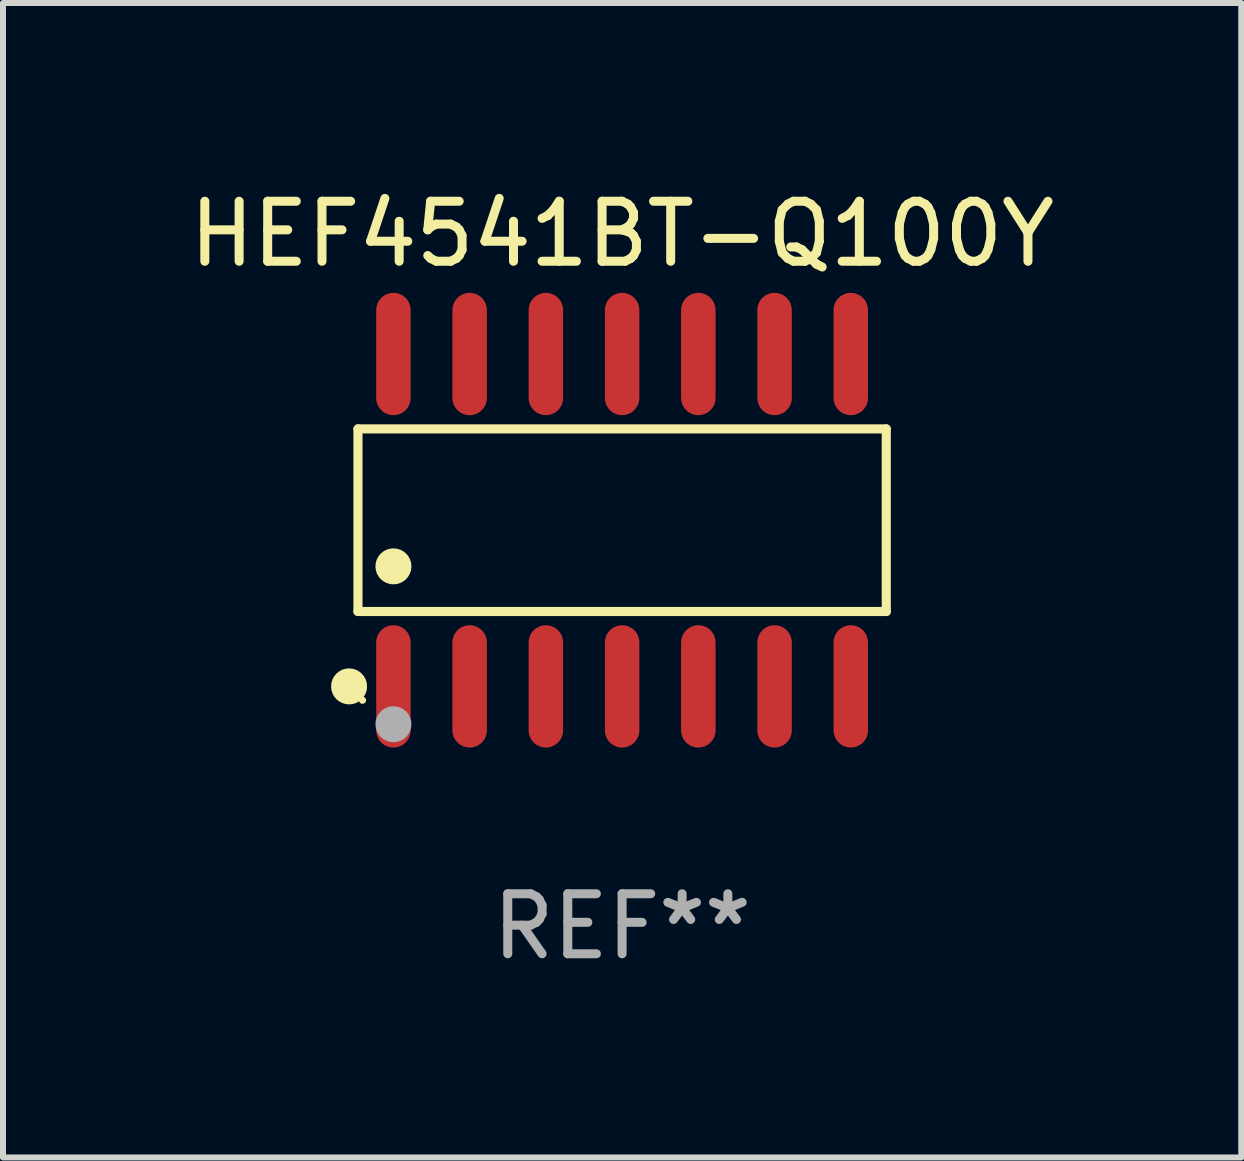
<source format=kicad_pcb>
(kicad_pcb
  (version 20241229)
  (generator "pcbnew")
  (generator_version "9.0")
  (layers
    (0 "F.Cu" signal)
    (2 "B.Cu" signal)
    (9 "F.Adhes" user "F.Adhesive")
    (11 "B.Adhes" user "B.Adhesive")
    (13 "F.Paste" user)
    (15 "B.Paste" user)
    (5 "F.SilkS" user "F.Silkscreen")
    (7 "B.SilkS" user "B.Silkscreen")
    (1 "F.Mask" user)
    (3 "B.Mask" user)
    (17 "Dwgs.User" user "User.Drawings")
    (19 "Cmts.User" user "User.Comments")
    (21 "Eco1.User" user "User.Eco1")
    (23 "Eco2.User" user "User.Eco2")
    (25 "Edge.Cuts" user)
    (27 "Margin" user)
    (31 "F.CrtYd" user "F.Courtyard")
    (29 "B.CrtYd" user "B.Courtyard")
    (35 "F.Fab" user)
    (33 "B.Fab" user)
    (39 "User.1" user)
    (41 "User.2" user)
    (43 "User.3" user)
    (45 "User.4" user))
  (footprint "HEF4541BT-Q100Y"
    (layer "F.Cu")
    (at 7.315 5.617)
    (property "Reference" "HEF4541BT-Q100Y" (at 0 -4.769 0) (layer "F.SilkS") (effects (font (size 1 1) (thickness 0.15))))
    (attr through_hole)
    (fp_line (start -4.401 -1.521) (end 4.401 -1.521) (stroke (width 0.152) (type solid)) (layer "F.SilkS"))
    (fp_line (start -4.401 1.521) (end -4.401 -1.521) (stroke (width 0.152) (type solid)) (layer "F.SilkS"))
    (fp_line (start 4.401 -1.521) (end 4.401 1.521) (stroke (width 0.152) (type solid)) (layer "F.SilkS"))
    (fp_line (start 4.401 1.521) (end -4.401 1.521) (stroke (width 0.152) (type solid)) (layer "F.SilkS"))
    (fp_circle (center -4.549 2.769) (end -4.399 2.769) (stroke (width 0.3) (type solid)) (fill no) (layer "F.SilkS"))
    (fp_circle (center -4.325 3) (end -4.295 3) (stroke (width 0.06) (type solid)) (fill no) (layer "F.SilkS"))
    (fp_circle (center -3.81 0.769) (end -3.66 0.769) (stroke (width 0.3) (type solid)) (fill no) (layer "F.SilkS"))
    (fp_circle (center -3.81 3.4) (end -3.66 3.4) (stroke (width 0.3) (type solid)) (fill no) (layer "F.Fab"))
    (fp_text user "REF**" (at 0 6.769 0) (layer "F.Fab") (effects (font (size 1 1) (thickness 0.15))))
    (pad "1" smd oval (at -3.81 2.769) (size 0.574 2.038) (layers "F.Cu" "F.Mask" "F.Paste"))
    (pad "2" smd oval (at -2.54 2.769) (size 0.574 2.038) (layers "F.Cu" "F.Mask" "F.Paste"))
    (pad "3" smd oval (at -1.27 2.769) (size 0.574 2.038) (layers "F.Cu" "F.Mask" "F.Paste"))
    (pad "4" smd oval (at 0 2.769) (size 0.574 2.038) (layers "F.Cu" "F.Mask" "F.Paste"))
    (pad "5" smd oval (at 1.27 2.769) (size 0.574 2.038) (layers "F.Cu" "F.Mask" "F.Paste"))
    (pad "6" smd oval (at 2.54 2.769) (size 0.574 2.038) (layers "F.Cu" "F.Mask" "F.Paste"))
    (pad "7" smd oval (at 3.81 2.769) (size 0.574 2.038) (layers "F.Cu" "F.Mask" "F.Paste"))
    (pad "8" smd oval (at 3.81 -2.769) (size 0.574 2.038) (layers "F.Cu" "F.Mask" "F.Paste"))
    (pad "9" smd oval (at 2.54 -2.769) (size 0.574 2.038) (layers "F.Cu" "F.Mask" "F.Paste"))
    (pad "10" smd oval (at 1.27 -2.769) (size 0.574 2.038) (layers "F.Cu" "F.Mask" "F.Paste"))
    (pad "11" smd oval (at 0 -2.769) (size 0.574 2.038) (layers "F.Cu" "F.Mask" "F.Paste"))
    (pad "12" smd oval (at -1.27 -2.769) (size 0.574 2.038) (layers "F.Cu" "F.Mask" "F.Paste"))
    (pad "13" smd oval (at -2.54 -2.769) (size 0.574 2.038) (layers "F.Cu" "F.Mask" "F.Paste"))
    (pad "14" smd oval (at -3.81 -2.769) (size 0.574 2.038) (layers "F.Cu" "F.Mask" "F.Paste")))
  (gr_rect
    (start -3 -3)
    (end 17.631 16.235)
    (stroke (width 0.1) (type default))
    (fill no)
    (layer "Edge.Cuts")))
</source>
